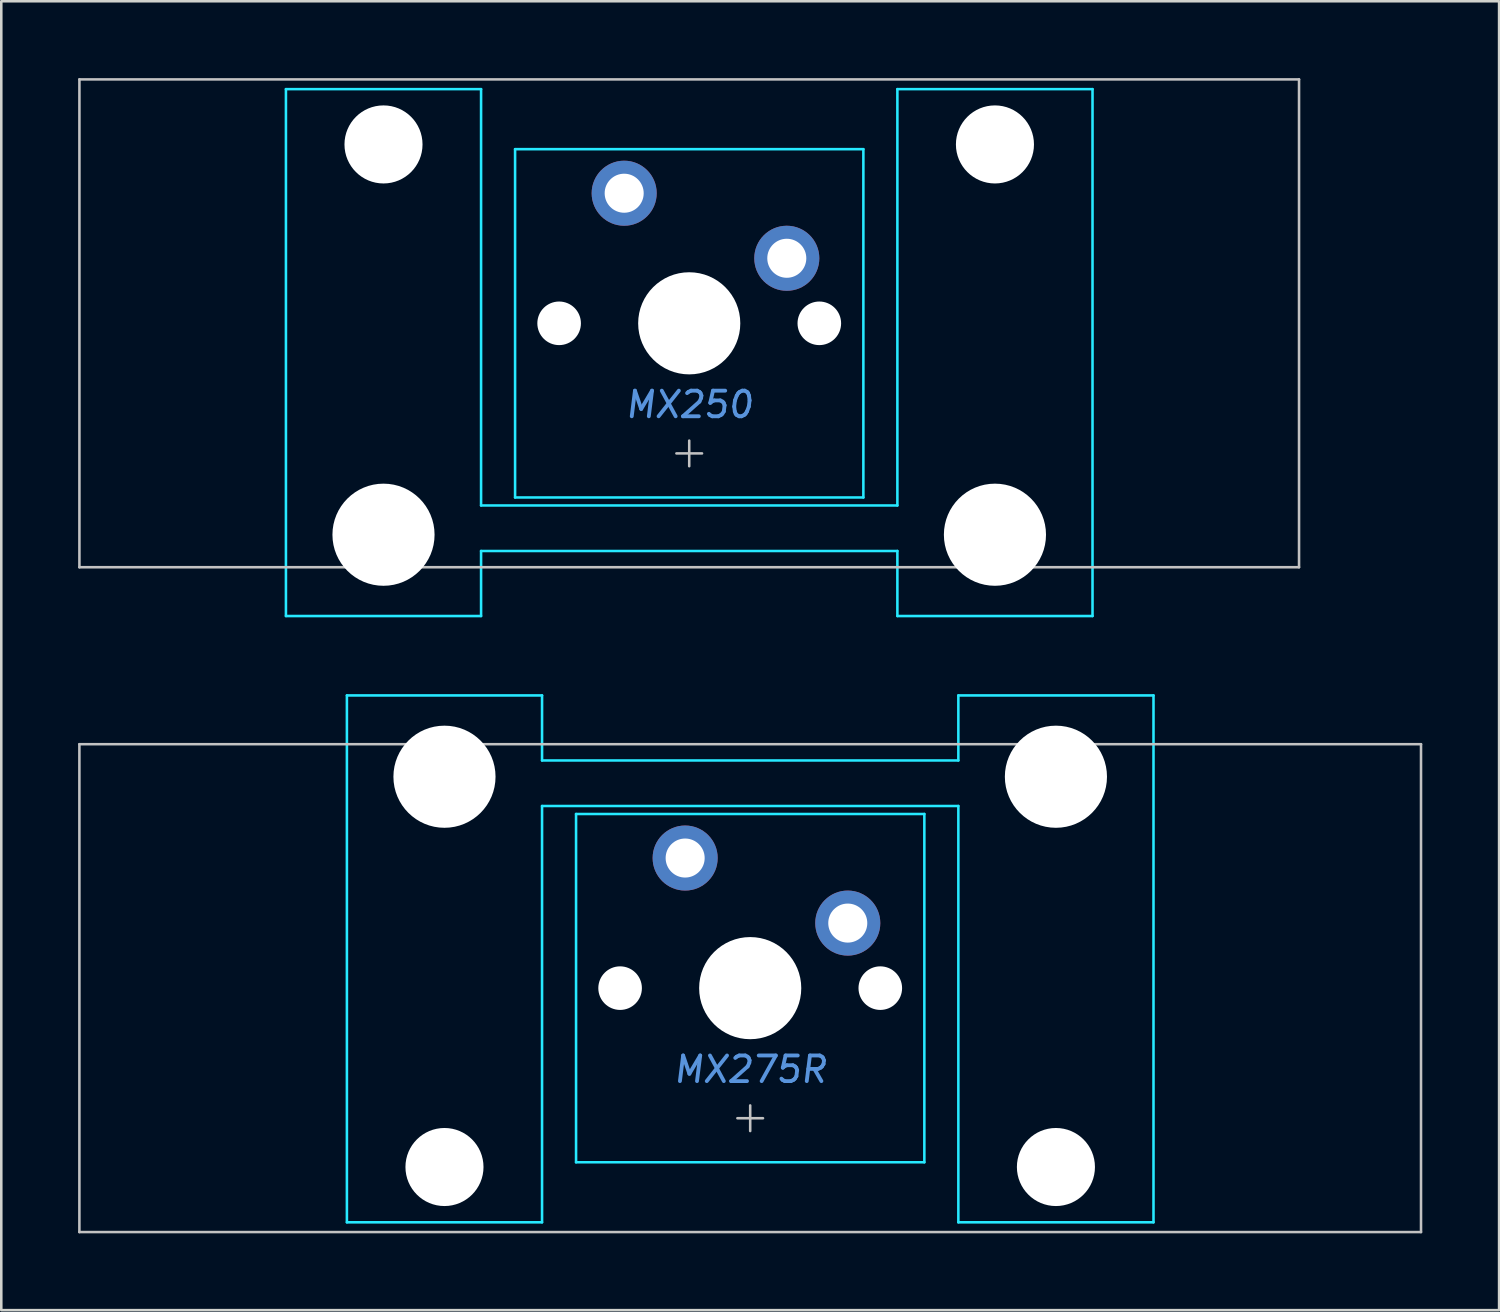
<source format=kicad_pcb>
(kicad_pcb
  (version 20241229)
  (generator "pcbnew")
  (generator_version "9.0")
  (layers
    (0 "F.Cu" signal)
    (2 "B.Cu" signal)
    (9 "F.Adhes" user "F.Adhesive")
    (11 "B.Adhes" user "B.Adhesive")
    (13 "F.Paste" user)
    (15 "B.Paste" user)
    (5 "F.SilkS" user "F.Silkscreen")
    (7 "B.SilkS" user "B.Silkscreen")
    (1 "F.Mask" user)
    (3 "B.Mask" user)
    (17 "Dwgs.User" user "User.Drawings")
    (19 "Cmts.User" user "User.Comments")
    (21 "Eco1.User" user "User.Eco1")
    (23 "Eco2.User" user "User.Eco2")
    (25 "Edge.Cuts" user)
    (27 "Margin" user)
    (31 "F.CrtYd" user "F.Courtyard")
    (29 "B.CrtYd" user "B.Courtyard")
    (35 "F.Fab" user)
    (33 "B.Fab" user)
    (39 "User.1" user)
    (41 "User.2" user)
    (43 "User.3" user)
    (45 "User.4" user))
  (footprint "MX275R"
    (layer "F.Cu")
    (at 26.244 35.535)
    (property "Reference" "MX275R" (at 0 3.175 0) (layer "Cmts.User") (effects (font (size 1 1) (thickness 0.15) (italic yes))))
    (attr through_hole)
    (fp_line (start -26.194 -9.525) (end -26.194 9.525) (stroke (width 0.1) (type solid)) (layer "Dwgs.User"))
    (fp_line (start -26.194 -9.525) (end 26.194 -9.525) (stroke (width 0.1) (type solid)) (layer "Dwgs.User"))
    (fp_line (start -26.194 9.525) (end 26.194 9.525) (stroke (width 0.1) (type solid)) (layer "Dwgs.User"))
    (fp_line (start -0.5 5.08) (end 0.5 5.08) (stroke (width 0.1) (type solid)) (layer "Dwgs.User"))
    (fp_line (start 0 5.58) (end 0 4.58) (stroke (width 0.1) (type solid)) (layer "Dwgs.User"))
    (fp_line (start 26.194 -9.525) (end 26.194 9.525) (stroke (width 0.1) (type solid)) (layer "Dwgs.User"))
    (fp_line (start -15.438 -8.515) (end -15.438 5.485) (stroke (width 0.1) (type solid)) (layer "Eco1.User"))
    (fp_line (start -14.938 -9.015) (end -8.938 -9.015) (stroke (width 0.1) (type solid)) (layer "Eco1.User"))
    (fp_line (start -8.938 5.985) (end -14.938 5.985) (stroke (width 0.1) (type solid)) (layer "Eco1.User"))
    (fp_line (start -8.438 5.485) (end -8.438 -8.515) (stroke (width 0.1) (type solid)) (layer "Eco1.User"))
    (fp_line (start -7 -6.5) (end -7 6.5) (stroke (width 0.1) (type solid)) (layer "Eco1.User"))
    (fp_line (start -6.5 7) (end 6.5 7) (stroke (width 0.1) (type solid)) (layer "Eco1.User"))
    (fp_line (start 6.5 -7) (end -6.5 -7) (stroke (width 0.1) (type solid)) (layer "Eco1.User"))
    (fp_line (start 7 6.5) (end 7 -6.5) (stroke (width 0.1) (type solid)) (layer "Eco1.User"))
    (fp_line (start 8.438 -8.515) (end 8.438 5.485) (stroke (width 0.1) (type solid)) (layer "Eco1.User"))
    (fp_line (start 8.938 -9.015) (end 14.938 -9.015) (stroke (width 0.1) (type solid)) (layer "Eco1.User"))
    (fp_line (start 14.938 5.985) (end 8.938 5.985) (stroke (width 0.1) (type solid)) (layer "Eco1.User"))
    (fp_line (start 15.438 5.485) (end 15.438 -8.515) (stroke (width 0.1) (type solid)) (layer "Eco1.User"))
    (fp_arc (start -15.438 -8.515) (mid -15.291553 -8.868553) (end -14.938 -9.015) (stroke (width 0.1) (type solid)) (layer "Eco1.User"))
    (fp_arc (start -14.938 5.985) (mid -15.291553 5.838553) (end -15.438 5.485) (stroke (width 0.1) (type solid)) (layer "Eco1.User"))
    (fp_arc (start -8.938 -9.015) (mid -8.584447 -8.868553) (end -8.438 -8.515) (stroke (width 0.1) (type solid)) (layer "Eco1.User"))
    (fp_arc (start -8.438 5.485) (mid -8.584447 5.838553) (end -8.938 5.985) (stroke (width 0.1) (type solid)) (layer "Eco1.User"))
    (fp_arc (start -7 -6.5) (mid -6.853553 -6.853553) (end -6.5 -7) (stroke (width 0.1) (type solid)) (layer "Eco1.User"))
    (fp_arc (start -6.5 7) (mid -6.853553 6.853553) (end -7 6.5) (stroke (width 0.1) (type solid)) (layer "Eco1.User"))
    (fp_arc (start 6.5 -7) (mid 6.853553 -6.853553) (end 7 -6.5) (stroke (width 0.1) (type solid)) (layer "Eco1.User"))
    (fp_arc (start 7 6.5) (mid 6.853553 6.853553) (end 6.5 7) (stroke (width 0.1) (type solid)) (layer "Eco1.User"))
    (fp_arc (start 8.438 -8.515) (mid 8.584447 -8.868553) (end 8.938 -9.015) (stroke (width 0.1) (type solid)) (layer "Eco1.User"))
    (fp_arc (start 8.938 5.985) (mid 8.584447 5.838553) (end 8.438 5.485) (stroke (width 0.1) (type solid)) (layer "Eco1.User"))
    (fp_arc (start 14.938 -9.015) (mid 15.291553 -8.868553) (end 15.438 -8.515) (stroke (width 0.1) (type solid)) (layer "Eco1.User"))
    (fp_arc (start 15.438 5.485) (mid 15.291553 5.838553) (end 14.938 5.985) (stroke (width 0.1) (type solid)) (layer "Eco1.User"))
    (fp_line (start -15.748 -11.43) (end -8.128 -11.43) (stroke (width 0.1) (type solid)) (layer "B.CrtYd"))
    (fp_line (start -15.748 9.144) (end -15.748 -11.43) (stroke (width 0.1) (type solid)) (layer "B.CrtYd"))
    (fp_line (start -8.128 -11.43) (end -8.128 -8.89) (stroke (width 0.1) (type solid)) (layer "B.CrtYd"))
    (fp_line (start -8.128 9.144) (end -15.748 9.144) (stroke (width 0.1) (type solid)) (layer "B.CrtYd"))
    (fp_line (start -8.128 9.144) (end -8.128 -7.112) (stroke (width 0.1) (type solid)) (layer "B.CrtYd"))
    (fp_line (start -6.8 6.8) (end -6.8 -6.8) (stroke (width 0.1) (type solid)) (layer "B.CrtYd"))
    (fp_line (start 6.8 -6.8) (end -6.8 -6.8) (stroke (width 0.1) (type solid)) (layer "B.CrtYd"))
    (fp_line (start 6.8 6.8) (end -6.8 6.8) (stroke (width 0.1) (type solid)) (layer "B.CrtYd"))
    (fp_line (start 6.8 6.8) (end 6.8 -6.8) (stroke (width 0.1) (type solid)) (layer "B.CrtYd"))
    (fp_line (start 8.128 -11.43) (end 8.128 -8.89) (stroke (width 0.1) (type solid)) (layer "B.CrtYd"))
    (fp_line (start 8.128 -11.43) (end 15.748 -11.43) (stroke (width 0.1) (type solid)) (layer "B.CrtYd"))
    (fp_line (start 8.128 -8.89) (end -8.128 -8.89) (stroke (width 0.1) (type solid)) (layer "B.CrtYd"))
    (fp_line (start 8.128 -7.112) (end -8.128 -7.112) (stroke (width 0.1) (type solid)) (layer "B.CrtYd"))
    (fp_line (start 8.128 9.144) (end 8.128 -7.112) (stroke (width 0.1) (type solid)) (layer "B.CrtYd"))
    (fp_line (start 15.748 -11.43) (end 15.748 9.144) (stroke (width 0.1) (type solid)) (layer "B.CrtYd"))
    (fp_line (start 15.748 9.144) (end 8.128 9.144) (stroke (width 0.1) (type solid)) (layer "B.CrtYd"))
    (pad "" np_thru_hole circle (at -11.938 -8.255 180) (size 3.988 3.988) (drill 3.988) (layers "*.Cu" "*.Mask"))
    (pad "" np_thru_hole circle (at -11.938 6.985 180) (size 3.048 3.048) (drill 3.048) (layers "*.Cu" "*.Mask"))
    (pad "" np_thru_hole circle (at -5.08 0) (size 1.702 1.702) (drill 1.702) (layers "*.Cu" "*.Mask"))
    (pad "" np_thru_hole circle (at 0 0) (size 3.988 3.988) (drill 3.988) (layers "*.Cu" "*.Mask"))
    (pad "" np_thru_hole circle (at 5.08 0) (size 1.702 1.702) (drill 1.702) (layers "*.Cu" "*.Mask"))
    (pad "" np_thru_hole circle (at 11.938 -8.255 180) (size 3.988 3.988) (drill 3.988) (layers "*.Cu" "*.Mask"))
    (pad "" np_thru_hole circle (at 11.938 6.985 180) (size 3.048 3.048) (drill 3.048) (layers "*.Cu" "*.Mask"))
    (pad "1" thru_hole circle (at -2.54 -5.08) (size 2.54 2.54) (drill 1.524) (layers "*.Cu" "*.Mask"))
    (pad "2" thru_hole circle (at 3.81 -2.54) (size 2.54 2.54) (drill 1.524) (layers "*.Cu" "*.Mask")))
  (footprint "MX250"
    (layer "F.Cu")
    (at 23.863 9.575)
    (property "Reference" "MX250" (at 0 3.175 0) (layer "Cmts.User") (effects (font (size 1 1) (thickness 0.15) (italic yes))))
    (attr through_hole)
    (fp_line (start -23.812 -9.525) (end -23.812 9.525) (stroke (width 0.1) (type solid)) (layer "Dwgs.User"))
    (fp_line (start -23.812 -9.525) (end 23.812 -9.525) (stroke (width 0.1) (type solid)) (layer "Dwgs.User"))
    (fp_line (start -23.812 9.525) (end 23.812 9.525) (stroke (width 0.1) (type solid)) (layer "Dwgs.User"))
    (fp_line (start -0.5 5.08) (end 0.5 5.08) (stroke (width 0.1) (type solid)) (layer "Dwgs.User"))
    (fp_line (start 0 5.58) (end 0 4.58) (stroke (width 0.1) (type solid)) (layer "Dwgs.User"))
    (fp_line (start 23.812 -9.525) (end 23.812 9.525) (stroke (width 0.1) (type solid)) (layer "Dwgs.User"))
    (fp_line (start -15.438 -5.485) (end -15.438 8.515) (stroke (width 0.1) (type solid)) (layer "Eco1.User"))
    (fp_line (start -14.938 -5.985) (end -8.938 -5.985) (stroke (width 0.1) (type solid)) (layer "Eco1.User"))
    (fp_line (start -8.938 9.015) (end -14.938 9.015) (stroke (width 0.1) (type solid)) (layer "Eco1.User"))
    (fp_line (start -8.438 8.515) (end -8.438 -5.485) (stroke (width 0.1) (type solid)) (layer "Eco1.User"))
    (fp_line (start -7 -6.5) (end -7 6.5) (stroke (width 0.1) (type solid)) (layer "Eco1.User"))
    (fp_line (start -6.5 7) (end 6.5 7) (stroke (width 0.1) (type solid)) (layer "Eco1.User"))
    (fp_line (start 6.5 -7) (end -6.5 -7) (stroke (width 0.1) (type solid)) (layer "Eco1.User"))
    (fp_line (start 7 6.5) (end 7 -6.5) (stroke (width 0.1) (type solid)) (layer "Eco1.User"))
    (fp_line (start 8.438 -5.485) (end 8.438 8.515) (stroke (width 0.1) (type solid)) (layer "Eco1.User"))
    (fp_line (start 8.938 -5.985) (end 14.938 -5.985) (stroke (width 0.1) (type solid)) (layer "Eco1.User"))
    (fp_line (start 14.938 9.015) (end 8.938 9.015) (stroke (width 0.1) (type solid)) (layer "Eco1.User"))
    (fp_line (start 15.438 8.515) (end 15.438 -5.485) (stroke (width 0.1) (type solid)) (layer "Eco1.User"))
    (fp_arc (start -15.438 -5.485) (mid -15.291553 -5.838553) (end -14.938 -5.985) (stroke (width 0.1) (type solid)) (layer "Eco1.User"))
    (fp_arc (start -14.938 9.015) (mid -15.291553 8.868553) (end -15.438 8.515) (stroke (width 0.1) (type solid)) (layer "Eco1.User"))
    (fp_arc (start -8.938 -5.985) (mid -8.584447 -5.838553) (end -8.438 -5.485) (stroke (width 0.1) (type solid)) (layer "Eco1.User"))
    (fp_arc (start -8.438 8.515) (mid -8.584447 8.868553) (end -8.938 9.015) (stroke (width 0.1) (type solid)) (layer "Eco1.User"))
    (fp_arc (start -7 -6.5) (mid -6.853553 -6.853553) (end -6.5 -7) (stroke (width 0.1) (type solid)) (layer "Eco1.User"))
    (fp_arc (start -6.5 7) (mid -6.853553 6.853553) (end -7 6.5) (stroke (width 0.1) (type solid)) (layer "Eco1.User"))
    (fp_arc (start 6.5 -7) (mid 6.853553 -6.853553) (end 7 -6.5) (stroke (width 0.1) (type solid)) (layer "Eco1.User"))
    (fp_arc (start 7 6.5) (mid 6.853553 6.853553) (end 6.5 7) (stroke (width 0.1) (type solid)) (layer "Eco1.User"))
    (fp_arc (start 8.438 -5.485) (mid 8.584447 -5.838553) (end 8.938 -5.985) (stroke (width 0.1) (type solid)) (layer "Eco1.User"))
    (fp_arc (start 8.938 9.015) (mid 8.584447 8.868553) (end 8.438 8.515) (stroke (width 0.1) (type solid)) (layer "Eco1.User"))
    (fp_arc (start 14.938 -5.985) (mid 15.291553 -5.838553) (end 15.438 -5.485) (stroke (width 0.1) (type solid)) (layer "Eco1.User"))
    (fp_arc (start 15.438 8.515) (mid 15.291553 8.868553) (end 14.938 9.015) (stroke (width 0.1) (type solid)) (layer "Eco1.User"))
    (fp_line (start -15.748 -9.144) (end -8.128 -9.144) (stroke (width 0.1) (type solid)) (layer "B.CrtYd"))
    (fp_line (start -15.748 11.43) (end -15.748 -9.144) (stroke (width 0.1) (type solid)) (layer "B.CrtYd"))
    (fp_line (start -8.128 -9.144) (end -8.128 7.112) (stroke (width 0.1) (type solid)) (layer "B.CrtYd"))
    (fp_line (start -8.128 7.112) (end 8.128 7.112) (stroke (width 0.1) (type solid)) (layer "B.CrtYd"))
    (fp_line (start -8.128 8.89) (end 8.128 8.89) (stroke (width 0.1) (type solid)) (layer "B.CrtYd"))
    (fp_line (start -8.128 11.43) (end -15.748 11.43) (stroke (width 0.1) (type solid)) (layer "B.CrtYd"))
    (fp_line (start -8.128 11.43) (end -8.128 8.89) (stroke (width 0.1) (type solid)) (layer "B.CrtYd"))
    (fp_line (start -6.8 6.8) (end -6.8 -6.8) (stroke (width 0.1) (type solid)) (layer "B.CrtYd"))
    (fp_line (start 6.8 -6.8) (end -6.8 -6.8) (stroke (width 0.1) (type solid)) (layer "B.CrtYd"))
    (fp_line (start 6.8 6.8) (end -6.8 6.8) (stroke (width 0.1) (type solid)) (layer "B.CrtYd"))
    (fp_line (start 6.8 6.8) (end 6.8 -6.8) (stroke (width 0.1) (type solid)) (layer "B.CrtYd"))
    (fp_line (start 8.128 -9.144) (end 8.128 7.112) (stroke (width 0.1) (type solid)) (layer "B.CrtYd"))
    (fp_line (start 8.128 -9.144) (end 15.748 -9.144) (stroke (width 0.1) (type solid)) (layer "B.CrtYd"))
    (fp_line (start 8.128 11.43) (end 8.128 8.89) (stroke (width 0.1) (type solid)) (layer "B.CrtYd"))
    (fp_line (start 15.748 -9.144) (end 15.748 11.43) (stroke (width 0.1) (type solid)) (layer "B.CrtYd"))
    (fp_line (start 15.748 11.43) (end 8.128 11.43) (stroke (width 0.1) (type solid)) (layer "B.CrtYd"))
    (pad "" np_thru_hole circle (at -11.938 -6.985) (size 3.048 3.048) (drill 3.048) (layers "*.Cu" "*.Mask"))
    (pad "" np_thru_hole circle (at -11.938 8.255) (size 3.988 3.988) (drill 3.988) (layers "*.Cu" "*.Mask"))
    (pad "" np_thru_hole circle (at -5.08 0) (size 1.702 1.702) (drill 1.702) (layers "*.Cu" "*.Mask"))
    (pad "" np_thru_hole circle (at 0 0) (size 3.988 3.988) (drill 3.988) (layers "*.Cu" "*.Mask"))
    (pad "" np_thru_hole circle (at 5.08 0) (size 1.702 1.702) (drill 1.702) (layers "*.Cu" "*.Mask"))
    (pad "" np_thru_hole circle (at 11.938 -6.985) (size 3.048 3.048) (drill 3.048) (layers "*.Cu" "*.Mask"))
    (pad "" np_thru_hole circle (at 11.938 8.255) (size 3.988 3.988) (drill 3.988) (layers "*.Cu" "*.Mask"))
    (pad "1" thru_hole circle (at -2.54 -5.08) (size 2.54 2.54) (drill 1.524) (layers "*.Cu" "*.Mask"))
    (pad "2" thru_hole circle (at 3.81 -2.54) (size 2.54 2.54) (drill 1.524) (layers "*.Cu" "*.Mask")))
  (gr_rect
    (start -3 -3)
    (end 55.487 48.11)
    (stroke (width 0.1) (type default))
    (fill no)
    (layer "Edge.Cuts")))
</source>
